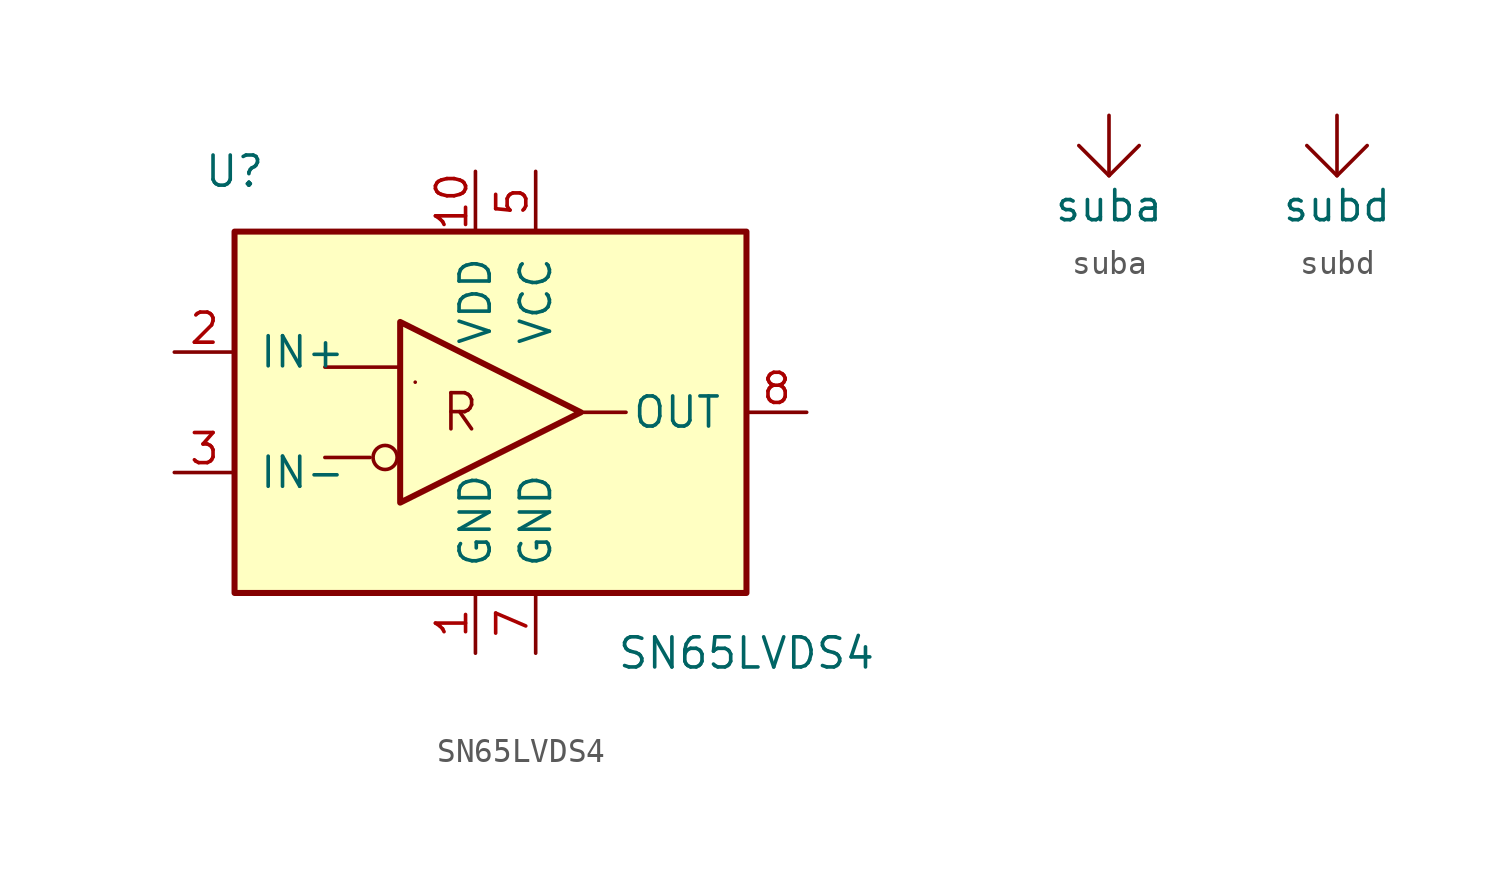
<source format=kicad_sym>
(kicad_symbol_lib
  (version 20231120)
  (generator "kicad_symbol_editor")
  (generator_version "8.0")
  (symbol "SN65LVDS4"
    (pin_names
      (offset 1.016))
    (property "Reference" "U"
      (at -11.43 10.16 0)
      (effects (font (size 1.27 1.27))))
    (property "Value" "SN65LVDS4"
      (at 10.16 -10.16 0)
      (effects (font (size 1.27 1.27))))
    (symbol "SN65LVDS4_1_1"
      (rectangle (start -11.43 7.62) (end 10.16 -7.62) (stroke (width 0.254) (type default)) (fill (type background)))
      (circle (center -5.08 -1.905) (radius 0.508) (stroke (width 0) (type default)) (fill (type none)))
      (polyline (pts (xy -7.62 -1.905) (xy -5.715 -1.905)) (stroke (width 0) (type default)) (fill (type none)))
      (polyline (pts (xy -7.62 1.905) (xy -4.445 1.905)) (stroke (width 0) (type default)) (fill (type none)))
      (polyline (pts (xy -3.81 1.27) (xy -3.81 1.27)) (stroke (width 0) (type default)) (fill (type none)))
      (polyline (pts (xy 5.08 0) (xy 3.175 0)) (stroke (width 0) (type default)) (fill (type none)))
      (polyline (pts (xy -4.445 -3.81) (xy -4.445 3.81) (xy 3.175 0) (xy -4.445 -3.81)) (stroke (width 0.254) (type default)) (fill (type none)))
      (text "R" (at -1.905 0 0) (effects (font (size 1.524 1.524))))
      (pin power_in line (at -1.27 -10.16 90) (length 2.54) (name "GND" (effects (font (size 1.27 1.27)))) (number "1" (effects (font (size 1.27 1.27)))))
      (pin power_in line (at -1.27 10.16 270) (length 2.54) (name "VDD" (effects (font (size 1.27 1.27)))) (number "10" (effects (font (size 1.27 1.27)))))
      (pin input line (at -13.97 2.54 0) (length 2.54) (name "IN+" (effects (font (size 1.27 1.27)))) (number "2" (effects (font (size 1.27 1.27)))))
      (pin input line (at -13.97 -2.54 0) (length 2.54) (name "IN-" (effects (font (size 1.27 1.27)))) (number "3" (effects (font (size 1.27 1.27)))))
      (pin no_connect line (at -8.89 -10.16 90) (length 2.54) hide (name "NC" (effects (font (size 1.27 1.27)))) (number "4" (effects (font (size 1.27 1.27)))))
      (pin power_in line (at 1.27 10.16 270) (length 2.54) (name "VCC" (effects (font (size 1.27 1.27)))) (number "5" (effects (font (size 1.27 1.27)))))
      (pin no_connect line (at -7.62 -10.16 90) (length 2.54) hide (name "NC" (effects (font (size 1.27 1.27)))) (number "6" (effects (font (size 1.27 1.27)))))
      (pin power_in line (at 1.27 -10.16 90) (length 2.54) (name "GND" (effects (font (size 1.27 1.27)))) (number "7" (effects (font (size 1.27 1.27)))))
      (pin output line (at 12.7 0 180) (length 2.54) (name "OUT" (effects (font (size 1.27 1.27)))) (number "8" (effects (font (size 1.27 1.27)))))
      (pin no_connect line (at -6.35 -10.16 90) (length 2.54) hide (name "NC" (effects (font (size 1.27 1.27)))) (number "9" (effects (font (size 1.27 1.27)))))))
  (symbol "suba"
    (power)
    (pin_names
      (offset 0))
    (property "Reference" "#PWR"
      (at -1.27 -5.08 0)
      (effects (font (size 1.27 1.27)) (hide yes)))
    (property "Value" "suba"
      (at 0 -3.81 0)
      (effects (font (size 1.27 1.27))))
    (symbol "suba_0_0"
      (pin power_in line (at 0 0 270) (length 0) hide (name "suba" (effects (font (size 1.27 1.27)))) (number "1" (effects (font (size 1.27 1.27))))))
    (symbol "suba_0_1"
      (polyline (pts (xy 0 -2.54) (xy 0 0)) (stroke (width 0) (type default)) (fill (type none)))
      (polyline (pts (xy -1.27 -1.27) (xy 0 -2.54) (xy 1.27 -1.27)) (stroke (width 0) (type default)) (fill (type none)))))
  (symbol "subd"
    (power)
    (pin_names
      (offset 0))
    (property "Reference" "#PWR"
      (at -1.27 -5.08 0)
      (effects (font (size 1.27 1.27)) (hide yes)))
    (property "Value" "subd"
      (at 0 -3.81 0)
      (effects (font (size 1.27 1.27))))
    (symbol "subd_0_0"
      (pin power_in line (at 0 0 270) (length 0) hide (name "subd" (effects (font (size 1.27 1.27)))) (number "1" (effects (font (size 1.27 1.27))))))
    (symbol "subd_0_1"
      (polyline (pts (xy 0 -2.54) (xy 0 0)) (stroke (width 0) (type default)) (fill (type none)))
      (polyline (pts (xy -1.27 -1.27) (xy 0 -2.54) (xy 1.27 -1.27)) (stroke (width 0) (type default)) (fill (type none))))))
</source>
